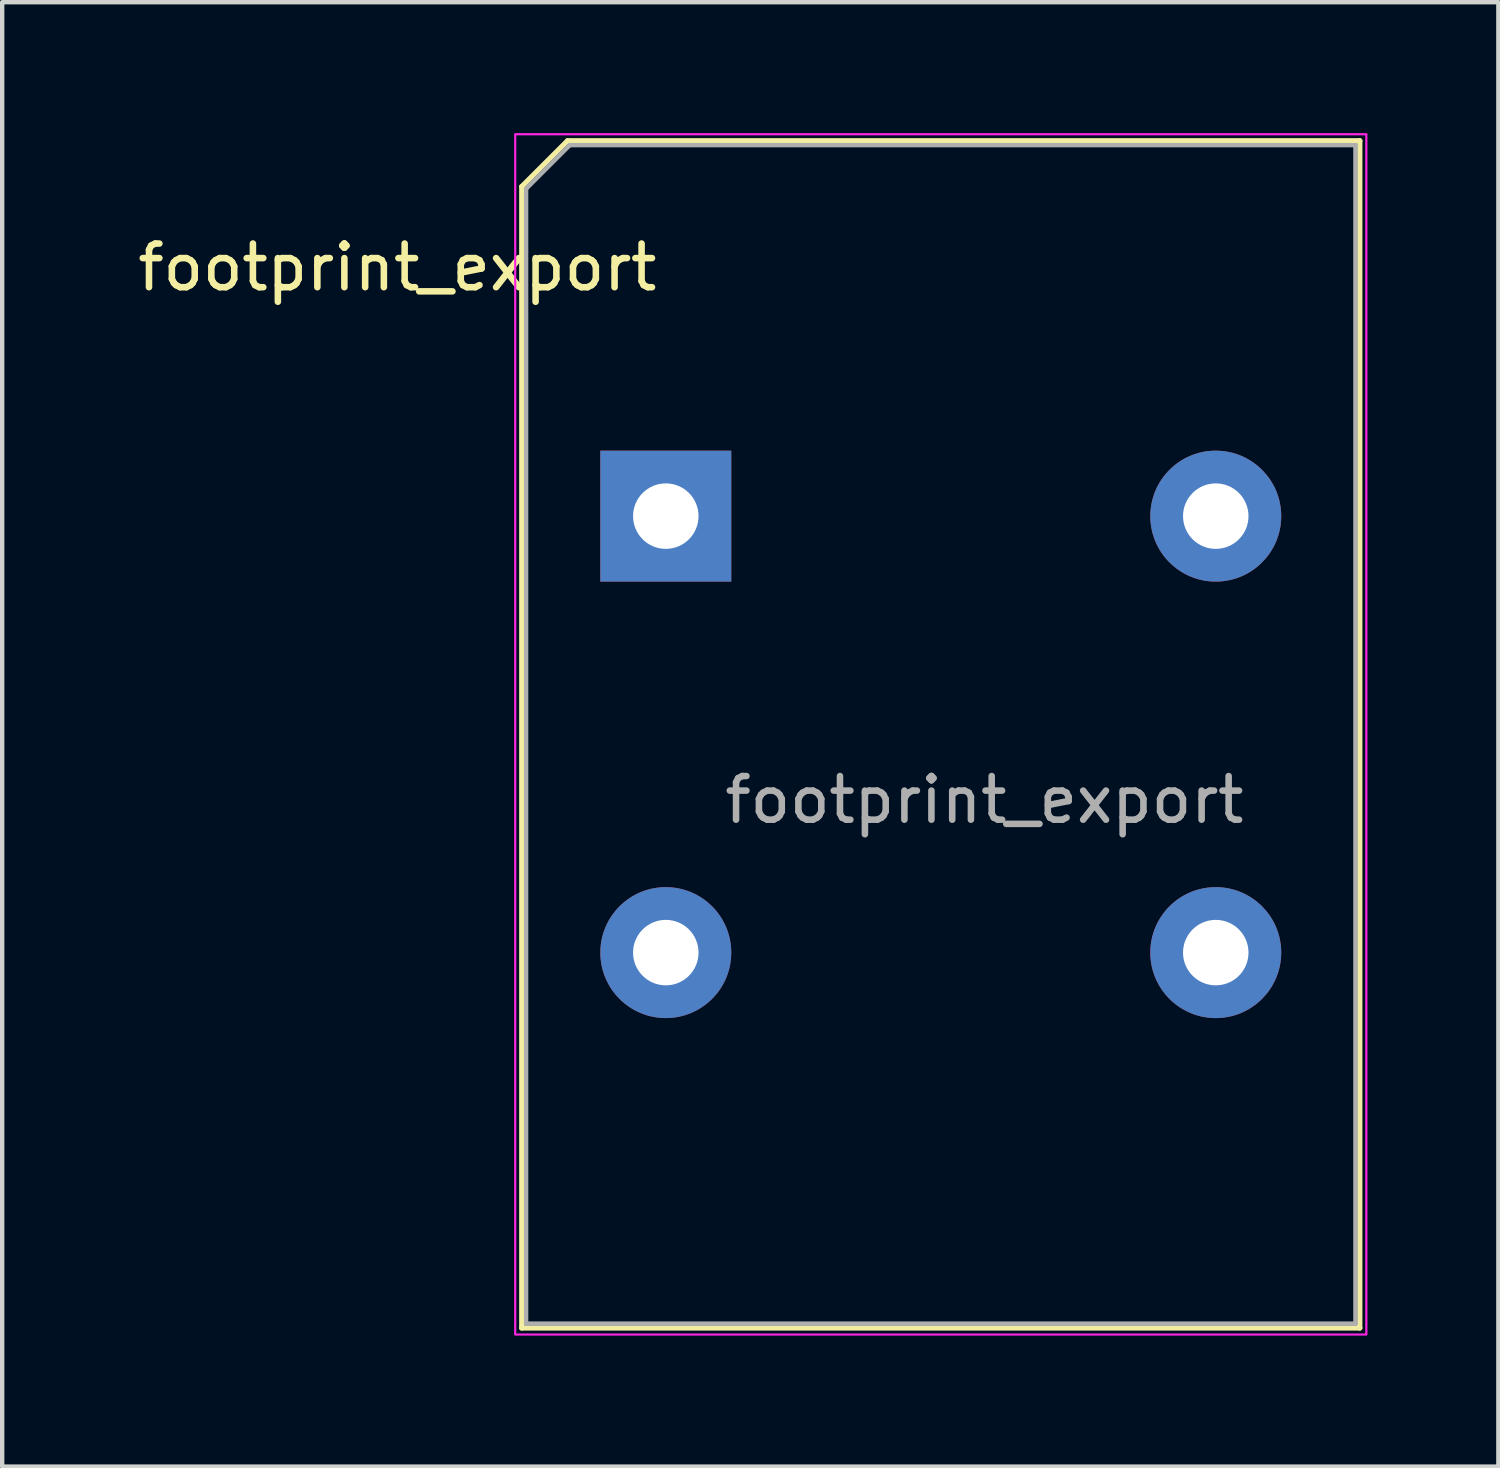
<source format=kicad_pcb>
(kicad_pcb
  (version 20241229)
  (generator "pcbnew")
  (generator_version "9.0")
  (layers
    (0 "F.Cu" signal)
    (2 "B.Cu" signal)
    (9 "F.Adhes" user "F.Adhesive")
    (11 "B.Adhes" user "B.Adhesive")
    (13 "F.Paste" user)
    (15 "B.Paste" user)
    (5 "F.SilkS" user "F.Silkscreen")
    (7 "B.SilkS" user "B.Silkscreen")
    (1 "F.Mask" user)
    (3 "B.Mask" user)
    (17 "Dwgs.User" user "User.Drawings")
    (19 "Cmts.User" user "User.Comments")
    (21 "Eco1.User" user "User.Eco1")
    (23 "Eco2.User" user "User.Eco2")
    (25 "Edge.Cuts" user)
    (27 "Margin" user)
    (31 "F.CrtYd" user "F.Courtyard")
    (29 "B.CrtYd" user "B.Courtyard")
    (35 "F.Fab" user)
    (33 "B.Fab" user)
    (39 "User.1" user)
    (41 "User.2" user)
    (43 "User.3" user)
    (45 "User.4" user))
  (footprint "footprint_export"
    (layer "F.Cu")
    (at 12.204 8.775)
    (property "Reference" "footprint_export" (at -6.15 -5.7 0) (unlocked yes) (layer "F.SilkS") (effects (font (size 1 1) (thickness 0.15))))
    (attr through_hole)
    (fp_line (start -3.3 -7.55) (end -3.3 18.6) (stroke (width 0.12) (type solid)) (layer "F.SilkS"))
    (fp_line (start -3.3 18.6) (end 15.9 18.6) (stroke (width 0.12) (type solid)) (layer "F.SilkS"))
    (fp_line (start -2.25 -8.6) (end -3.3 -7.55) (stroke (width 0.12) (type solid)) (layer "F.SilkS"))
    (fp_line (start 15.9 -8.6) (end -2.25 -8.6) (stroke (width 0.12) (type solid)) (layer "F.SilkS"))
    (fp_line (start 15.9 18.6) (end 15.9 -8.6) (stroke (width 0.12) (type solid)) (layer "F.SilkS"))
    (fp_rect (start -3.45 -8.75) (end 16.05 18.75) (stroke (width 0.05) (type solid)) (fill no) (layer "F.CrtYd"))
    (fp_line (start -3.2 -7.5) (end -2.2 -8.5) (stroke (width 0.1) (type solid)) (layer "F.Fab"))
    (fp_line (start -3.2 18.5) (end -3.2 -7.5) (stroke (width 0.1) (type solid)) (layer "F.Fab"))
    (fp_line (start -2.2 -8.5) (end 15.8 -8.5) (stroke (width 0.1) (type solid)) (layer "F.Fab"))
    (fp_line (start 15.8 -8.5) (end 15.8 18.5) (stroke (width 0.1) (type solid)) (layer "F.Fab"))
    (fp_line (start 15.8 18.5) (end -3.2 18.5) (stroke (width 0.1) (type solid)) (layer "F.Fab"))
    (fp_text user "${REFERENCE}" (at 7.3 6.5 0) (unlocked yes) (layer "F.Fab") (effects (font (size 1 1) (thickness 0.15))))
    (pad "1" thru_hole rect (at 0 0) (size 3 3) (drill 1.5) (layers "*.Cu" "*.Mask"))
    (pad "2" thru_hole circle (at 0 10) (size 3 3) (drill 1.5) (layers "*.Cu" "*.Mask"))
    (pad "3" thru_hole circle (at 12.6 10) (size 3 3) (drill 1.5) (layers "*.Cu" "*.Mask"))
    (pad "4" thru_hole circle (at 12.6 0) (size 3 3) (drill 1.5) (layers "*.Cu" "*.Mask")))
  (gr_rect
    (start -3 -3)
    (end 31.279 30.55)
    (stroke (width 0.1) (type default))
    (fill no)
    (layer "Edge.Cuts")))
</source>
